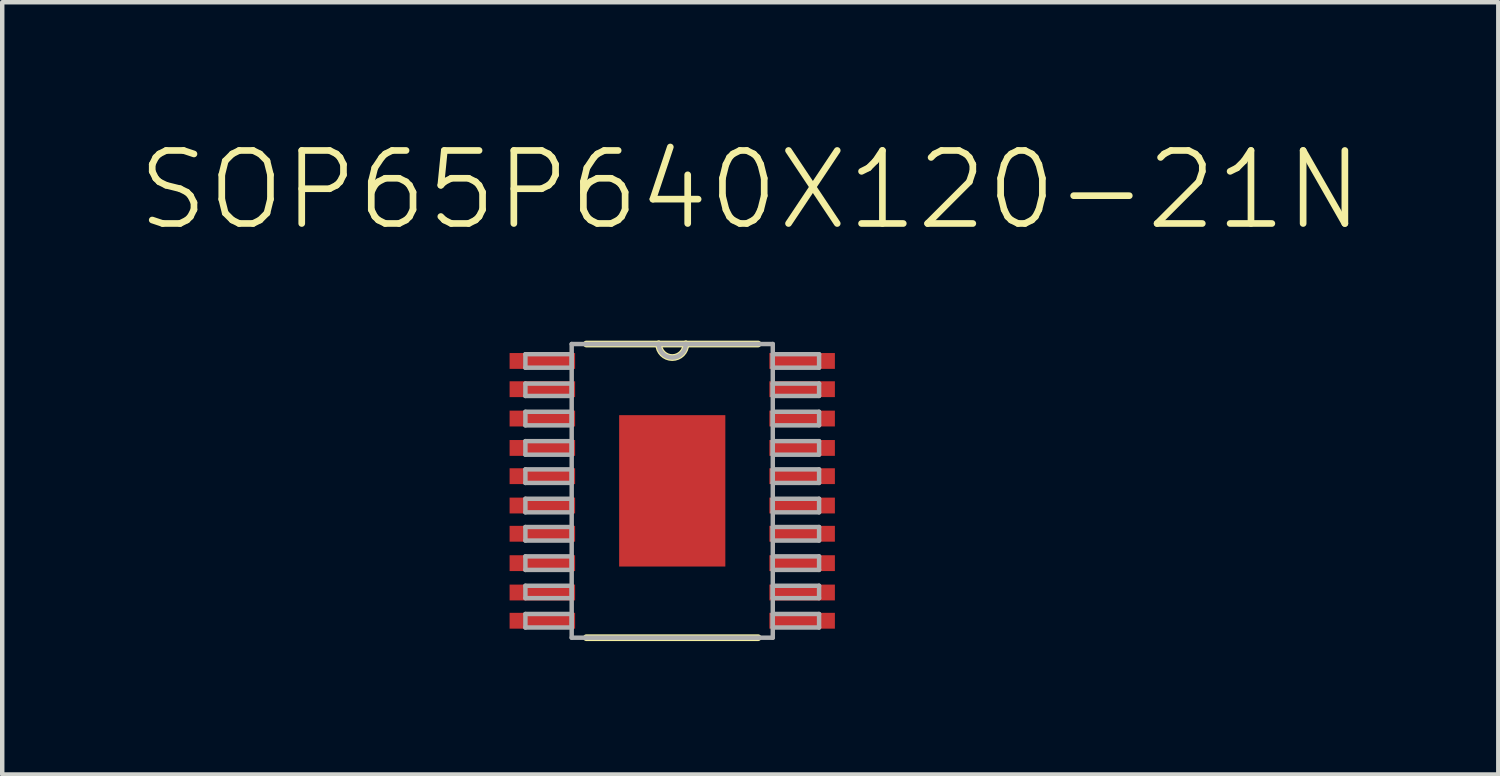
<source format=kicad_pcb>
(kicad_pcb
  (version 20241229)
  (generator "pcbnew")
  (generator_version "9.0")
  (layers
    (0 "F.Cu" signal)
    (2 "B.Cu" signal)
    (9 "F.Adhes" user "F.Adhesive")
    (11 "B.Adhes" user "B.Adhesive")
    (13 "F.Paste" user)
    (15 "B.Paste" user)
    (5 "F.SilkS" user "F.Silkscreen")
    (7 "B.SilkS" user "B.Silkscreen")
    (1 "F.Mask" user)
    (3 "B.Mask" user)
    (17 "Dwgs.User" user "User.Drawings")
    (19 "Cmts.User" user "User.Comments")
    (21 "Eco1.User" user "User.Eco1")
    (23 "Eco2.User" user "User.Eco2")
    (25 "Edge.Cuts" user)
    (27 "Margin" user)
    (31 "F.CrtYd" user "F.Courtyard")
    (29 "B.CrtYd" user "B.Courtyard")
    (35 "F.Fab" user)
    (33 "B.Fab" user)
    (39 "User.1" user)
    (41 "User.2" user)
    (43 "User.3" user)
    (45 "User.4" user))
  (footprint "SOP65P640X120-21N"
    (layer "F.Cu")
    (at 12.067 7.988)
    (property "Reference" "SOP65P640X120-21N" (at 1.755 -6.764 0) (layer "F.SilkS") (effects (font (size 1.642 1.642) (thickness 0.15))))
    (attr through_hole)
    (fp_line (start -1.93 3.302) (end 1.93 3.302) (stroke (width 0.152) (type solid)) (layer "F.SilkS"))
    (fp_line (start -0.305 -3.302) (end -1.93 -3.302) (stroke (width 0.152) (type solid)) (layer "F.SilkS"))
    (fp_line (start 0.305 -3.302) (end -0.305 -3.302) (stroke (width 0.152) (type solid)) (layer "F.SilkS"))
    (fp_line (start 1.93 -3.302) (end 0.305 -3.302) (stroke (width 0.152) (type solid)) (layer "F.SilkS"))
    (fp_arc (start 0.3048 -3.302) (mid 0 -2.9972) (end -0.3048 -3.302) (stroke (width 0.1524) (type solid)) (layer "F.SilkS"))
    (fp_line (start -3.302 -3.073) (end -3.302 -2.769) (stroke (width 0.1) (type solid)) (layer "F.Fab"))
    (fp_line (start -3.302 -2.769) (end -2.261 -2.769) (stroke (width 0.1) (type solid)) (layer "F.Fab"))
    (fp_line (start -3.302 -2.413) (end -3.302 -2.134) (stroke (width 0.1) (type solid)) (layer "F.Fab"))
    (fp_line (start -3.302 -2.134) (end -2.261 -2.134) (stroke (width 0.1) (type solid)) (layer "F.Fab"))
    (fp_line (start -3.302 -1.778) (end -3.302 -1.473) (stroke (width 0.1) (type solid)) (layer "F.Fab"))
    (fp_line (start -3.302 -1.473) (end -2.261 -1.473) (stroke (width 0.1) (type solid)) (layer "F.Fab"))
    (fp_line (start -3.302 -1.118) (end -3.302 -0.813) (stroke (width 0.1) (type solid)) (layer "F.Fab"))
    (fp_line (start -3.302 -0.813) (end -2.261 -0.813) (stroke (width 0.1) (type solid)) (layer "F.Fab"))
    (fp_line (start -3.302 -0.483) (end -3.302 -0.178) (stroke (width 0.1) (type solid)) (layer "F.Fab"))
    (fp_line (start -3.302 -0.178) (end -2.261 -0.178) (stroke (width 0.1) (type solid)) (layer "F.Fab"))
    (fp_line (start -3.302 0.178) (end -3.302 0.483) (stroke (width 0.1) (type solid)) (layer "F.Fab"))
    (fp_line (start -3.302 0.483) (end -2.261 0.483) (stroke (width 0.1) (type solid)) (layer "F.Fab"))
    (fp_line (start -3.302 0.813) (end -3.302 1.118) (stroke (width 0.1) (type solid)) (layer "F.Fab"))
    (fp_line (start -3.302 1.118) (end -2.261 1.118) (stroke (width 0.1) (type solid)) (layer "F.Fab"))
    (fp_line (start -3.302 1.473) (end -3.302 1.778) (stroke (width 0.1) (type solid)) (layer "F.Fab"))
    (fp_line (start -3.302 1.778) (end -2.261 1.778) (stroke (width 0.1) (type solid)) (layer "F.Fab"))
    (fp_line (start -3.302 2.134) (end -3.302 2.413) (stroke (width 0.1) (type solid)) (layer "F.Fab"))
    (fp_line (start -3.302 2.413) (end -2.261 2.413) (stroke (width 0.1) (type solid)) (layer "F.Fab"))
    (fp_line (start -3.302 2.769) (end -3.302 3.073) (stroke (width 0.1) (type solid)) (layer "F.Fab"))
    (fp_line (start -3.302 3.073) (end -2.261 3.073) (stroke (width 0.1) (type solid)) (layer "F.Fab"))
    (fp_line (start -2.261 -3.302) (end -2.261 3.302) (stroke (width 0.1) (type solid)) (layer "F.Fab"))
    (fp_line (start -2.261 -3.073) (end -3.302 -3.073) (stroke (width 0.1) (type solid)) (layer "F.Fab"))
    (fp_line (start -2.261 -2.769) (end -2.261 -3.073) (stroke (width 0.1) (type solid)) (layer "F.Fab"))
    (fp_line (start -2.261 -2.413) (end -3.302 -2.413) (stroke (width 0.1) (type solid)) (layer "F.Fab"))
    (fp_line (start -2.261 -2.134) (end -2.261 -2.413) (stroke (width 0.1) (type solid)) (layer "F.Fab"))
    (fp_line (start -2.261 -1.778) (end -3.302 -1.778) (stroke (width 0.1) (type solid)) (layer "F.Fab"))
    (fp_line (start -2.261 -1.473) (end -2.261 -1.778) (stroke (width 0.1) (type solid)) (layer "F.Fab"))
    (fp_line (start -2.261 -1.118) (end -3.302 -1.118) (stroke (width 0.1) (type solid)) (layer "F.Fab"))
    (fp_line (start -2.261 -0.813) (end -2.261 -1.118) (stroke (width 0.1) (type solid)) (layer "F.Fab"))
    (fp_line (start -2.261 -0.483) (end -3.302 -0.483) (stroke (width 0.1) (type solid)) (layer "F.Fab"))
    (fp_line (start -2.261 -0.178) (end -2.261 -0.483) (stroke (width 0.1) (type solid)) (layer "F.Fab"))
    (fp_line (start -2.261 0.178) (end -3.302 0.178) (stroke (width 0.1) (type solid)) (layer "F.Fab"))
    (fp_line (start -2.261 0.483) (end -2.261 0.178) (stroke (width 0.1) (type solid)) (layer "F.Fab"))
    (fp_line (start -2.261 0.813) (end -3.302 0.813) (stroke (width 0.1) (type solid)) (layer "F.Fab"))
    (fp_line (start -2.261 1.118) (end -2.261 0.813) (stroke (width 0.1) (type solid)) (layer "F.Fab"))
    (fp_line (start -2.261 1.473) (end -3.302 1.473) (stroke (width 0.1) (type solid)) (layer "F.Fab"))
    (fp_line (start -2.261 1.778) (end -2.261 1.473) (stroke (width 0.1) (type solid)) (layer "F.Fab"))
    (fp_line (start -2.261 2.134) (end -3.302 2.134) (stroke (width 0.1) (type solid)) (layer "F.Fab"))
    (fp_line (start -2.261 2.413) (end -2.261 2.134) (stroke (width 0.1) (type solid)) (layer "F.Fab"))
    (fp_line (start -2.261 2.769) (end -3.302 2.769) (stroke (width 0.1) (type solid)) (layer "F.Fab"))
    (fp_line (start -2.261 3.073) (end -2.261 2.769) (stroke (width 0.1) (type solid)) (layer "F.Fab"))
    (fp_line (start -2.261 3.302) (end 2.261 3.302) (stroke (width 0.1) (type solid)) (layer "F.Fab"))
    (fp_line (start -0.305 -3.302) (end -2.261 -3.302) (stroke (width 0.1) (type solid)) (layer "F.Fab"))
    (fp_line (start 0.305 -3.302) (end -0.305 -3.302) (stroke (width 0.1) (type solid)) (layer "F.Fab"))
    (fp_line (start 2.261 -3.302) (end 0.305 -3.302) (stroke (width 0.1) (type solid)) (layer "F.Fab"))
    (fp_line (start 2.261 -3.073) (end 2.261 -2.769) (stroke (width 0.1) (type solid)) (layer "F.Fab"))
    (fp_line (start 2.261 -2.769) (end 3.302 -2.769) (stroke (width 0.1) (type solid)) (layer "F.Fab"))
    (fp_line (start 2.261 -2.413) (end 2.261 -2.134) (stroke (width 0.1) (type solid)) (layer "F.Fab"))
    (fp_line (start 2.261 -2.134) (end 3.302 -2.134) (stroke (width 0.1) (type solid)) (layer "F.Fab"))
    (fp_line (start 2.261 -1.778) (end 2.261 -1.473) (stroke (width 0.1) (type solid)) (layer "F.Fab"))
    (fp_line (start 2.261 -1.473) (end 3.302 -1.473) (stroke (width 0.1) (type solid)) (layer "F.Fab"))
    (fp_line (start 2.261 -1.118) (end 2.261 -0.813) (stroke (width 0.1) (type solid)) (layer "F.Fab"))
    (fp_line (start 2.261 -0.813) (end 3.302 -0.813) (stroke (width 0.1) (type solid)) (layer "F.Fab"))
    (fp_line (start 2.261 -0.483) (end 2.261 -0.178) (stroke (width 0.1) (type solid)) (layer "F.Fab"))
    (fp_line (start 2.261 -0.178) (end 3.302 -0.178) (stroke (width 0.1) (type solid)) (layer "F.Fab"))
    (fp_line (start 2.261 0.178) (end 2.261 0.483) (stroke (width 0.1) (type solid)) (layer "F.Fab"))
    (fp_line (start 2.261 0.483) (end 3.302 0.483) (stroke (width 0.1) (type solid)) (layer "F.Fab"))
    (fp_line (start 2.261 0.813) (end 2.261 1.118) (stroke (width 0.1) (type solid)) (layer "F.Fab"))
    (fp_line (start 2.261 1.118) (end 3.302 1.118) (stroke (width 0.1) (type solid)) (layer "F.Fab"))
    (fp_line (start 2.261 1.473) (end 2.261 1.778) (stroke (width 0.1) (type solid)) (layer "F.Fab"))
    (fp_line (start 2.261 1.778) (end 3.302 1.778) (stroke (width 0.1) (type solid)) (layer "F.Fab"))
    (fp_line (start 2.261 2.134) (end 2.261 2.413) (stroke (width 0.1) (type solid)) (layer "F.Fab"))
    (fp_line (start 2.261 2.413) (end 3.302 2.413) (stroke (width 0.1) (type solid)) (layer "F.Fab"))
    (fp_line (start 2.261 2.769) (end 2.261 3.073) (stroke (width 0.1) (type solid)) (layer "F.Fab"))
    (fp_line (start 2.261 3.073) (end 3.302 3.073) (stroke (width 0.1) (type solid)) (layer "F.Fab"))
    (fp_line (start 2.261 3.302) (end 2.261 -3.302) (stroke (width 0.1) (type solid)) (layer "F.Fab"))
    (fp_line (start 3.302 -3.073) (end 2.261 -3.073) (stroke (width 0.1) (type solid)) (layer "F.Fab"))
    (fp_line (start 3.302 -2.769) (end 3.302 -3.073) (stroke (width 0.1) (type solid)) (layer "F.Fab"))
    (fp_line (start 3.302 -2.413) (end 2.261 -2.413) (stroke (width 0.1) (type solid)) (layer "F.Fab"))
    (fp_line (start 3.302 -2.134) (end 3.302 -2.413) (stroke (width 0.1) (type solid)) (layer "F.Fab"))
    (fp_line (start 3.302 -1.778) (end 2.261 -1.778) (stroke (width 0.1) (type solid)) (layer "F.Fab"))
    (fp_line (start 3.302 -1.473) (end 3.302 -1.778) (stroke (width 0.1) (type solid)) (layer "F.Fab"))
    (fp_line (start 3.302 -1.118) (end 2.261 -1.118) (stroke (width 0.1) (type solid)) (layer "F.Fab"))
    (fp_line (start 3.302 -0.813) (end 3.302 -1.118) (stroke (width 0.1) (type solid)) (layer "F.Fab"))
    (fp_line (start 3.302 -0.483) (end 2.261 -0.483) (stroke (width 0.1) (type solid)) (layer "F.Fab"))
    (fp_line (start 3.302 -0.178) (end 3.302 -0.483) (stroke (width 0.1) (type solid)) (layer "F.Fab"))
    (fp_line (start 3.302 0.178) (end 2.261 0.178) (stroke (width 0.1) (type solid)) (layer "F.Fab"))
    (fp_line (start 3.302 0.483) (end 3.302 0.178) (stroke (width 0.1) (type solid)) (layer "F.Fab"))
    (fp_line (start 3.302 0.813) (end 2.261 0.813) (stroke (width 0.1) (type solid)) (layer "F.Fab"))
    (fp_line (start 3.302 1.118) (end 3.302 0.813) (stroke (width 0.1) (type solid)) (layer "F.Fab"))
    (fp_line (start 3.302 1.473) (end 2.261 1.473) (stroke (width 0.1) (type solid)) (layer "F.Fab"))
    (fp_line (start 3.302 1.778) (end 3.302 1.473) (stroke (width 0.1) (type solid)) (layer "F.Fab"))
    (fp_line (start 3.302 2.134) (end 2.261 2.134) (stroke (width 0.1) (type solid)) (layer "F.Fab"))
    (fp_line (start 3.302 2.413) (end 3.302 2.134) (stroke (width 0.1) (type solid)) (layer "F.Fab"))
    (fp_line (start 3.302 2.769) (end 2.261 2.769) (stroke (width 0.1) (type solid)) (layer "F.Fab"))
    (fp_line (start 3.302 3.073) (end 3.302 2.769) (stroke (width 0.1) (type solid)) (layer "F.Fab"))
    (fp_arc (start 0.3048 -3.302) (mid 0 -2.9972) (end -0.3048 -3.302) (stroke (width 0.1) (type solid)) (layer "F.Fab"))
    (pad "1" smd rect (at -2.921 -2.921) (size 1.473 0.356) (layers "F.Cu" "F.Mask" "F.Paste"))
    (pad "2" smd rect (at -2.921 -2.286) (size 1.473 0.356) (layers "F.Cu" "F.Mask" "F.Paste"))
    (pad "3" smd rect (at -2.921 -1.626) (size 1.473 0.356) (layers "F.Cu" "F.Mask" "F.Paste"))
    (pad "4" smd rect (at -2.921 -0.965) (size 1.473 0.356) (layers "F.Cu" "F.Mask" "F.Paste"))
    (pad "5" smd rect (at -2.921 -0.33) (size 1.473 0.356) (layers "F.Cu" "F.Mask" "F.Paste"))
    (pad "6" smd rect (at -2.921 0.33) (size 1.473 0.356) (layers "F.Cu" "F.Mask" "F.Paste"))
    (pad "7" smd rect (at -2.921 0.965) (size 1.473 0.356) (layers "F.Cu" "F.Mask" "F.Paste"))
    (pad "8" smd rect (at -2.921 1.626) (size 1.473 0.356) (layers "F.Cu" "F.Mask" "F.Paste"))
    (pad "9" smd rect (at -2.921 2.286) (size 1.473 0.356) (layers "F.Cu" "F.Mask" "F.Paste"))
    (pad "10" smd rect (at -2.921 2.921) (size 1.473 0.356) (layers "F.Cu" "F.Mask" "F.Paste"))
    (pad "11" smd rect (at 2.921 2.921) (size 1.473 0.356) (layers "F.Cu" "F.Mask" "F.Paste"))
    (pad "12" smd rect (at 2.921 2.286) (size 1.473 0.356) (layers "F.Cu" "F.Mask" "F.Paste"))
    (pad "13" smd rect (at 2.921 1.626) (size 1.473 0.356) (layers "F.Cu" "F.Mask" "F.Paste"))
    (pad "14" smd rect (at 2.921 0.965) (size 1.473 0.356) (layers "F.Cu" "F.Mask" "F.Paste"))
    (pad "15" smd rect (at 2.921 0.33) (size 1.473 0.356) (layers "F.Cu" "F.Mask" "F.Paste"))
    (pad "16" smd rect (at 2.921 -0.33) (size 1.473 0.356) (layers "F.Cu" "F.Mask" "F.Paste"))
    (pad "17" smd rect (at 2.921 -0.965) (size 1.473 0.356) (layers "F.Cu" "F.Mask" "F.Paste"))
    (pad "18" smd rect (at 2.921 -1.626) (size 1.473 0.356) (layers "F.Cu" "F.Mask" "F.Paste"))
    (pad "19" smd rect (at 2.921 -2.286) (size 1.473 0.356) (layers "F.Cu" "F.Mask" "F.Paste"))
    (pad "20" smd rect (at 2.921 -2.921) (size 1.473 0.356) (layers "F.Cu" "F.Mask" "F.Paste"))
    (pad "21" smd rect (at 0 0) (size 2.388 3.404) (layers "F.Cu" "F.Mask" "F.Paste")))
  (gr_rect
    (start -3 -3)
    (end 30.643 14.366)
    (stroke (width 0.1) (type default))
    (fill no)
    (layer "Edge.Cuts")))
</source>
